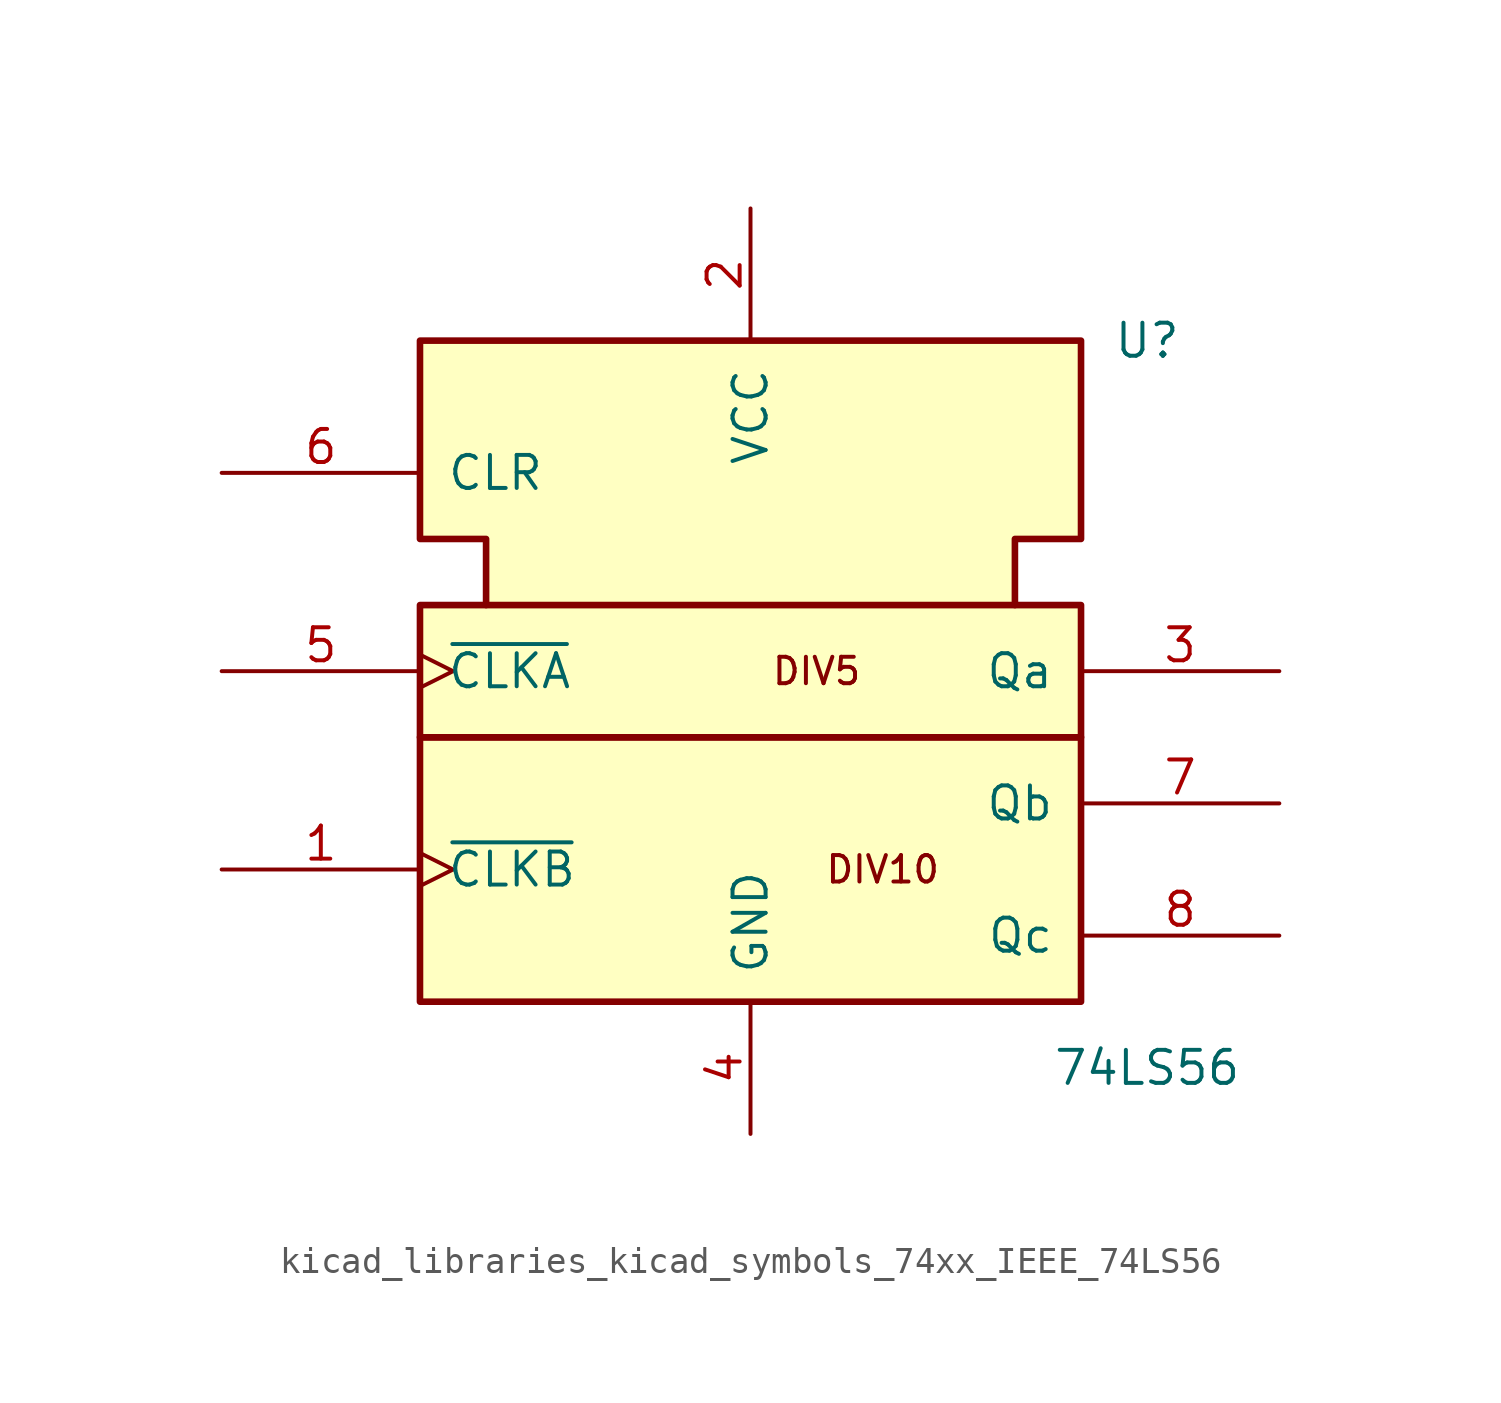
<source format=kicad_sym>
(kicad_symbol_lib
  (version 20220914)
  (generator kicad_symbol_editor)
  (symbol "kicad_libraries_kicad_symbols_74xx_IEEE_74LS56"
    (pin_names
      (offset 1.016))
    (property "Reference" "U"
      (at 15.24 12.7 0)
      (effects (font (size 1.27 1.27))))
    (property "Value" "74LS56"
      (at 15.24 -15.24 0)
      (effects (font (size 1.27 1.27))))
    (symbol "kicad_libraries_kicad_symbols_74xx_IEEE_74LS56_0_0"
      (rectangle (start -12.7 -2.54) (end 12.7 -12.7) (stroke (width 0.254) (type default)) (fill (type background)))
      (rectangle (start -12.7 2.54) (end 12.7 -2.54) (stroke (width 0.254) (type default)) (fill (type background)))
      (polyline (pts (xy -10.16 2.54) (xy -10.16 5.08) (xy -12.7 5.08) (xy -12.7 12.7) (xy 12.7 12.7) (xy 12.7 5.08) (xy 10.16 5.08) (xy 10.16 2.54) (xy 10.16 2.54)) (stroke (width 0.254) (type default)) (fill (type background)))
      (text "DIV10" (at 5.08 -7.62 0) (effects (font (size 1.016 1.016))))
      (text "DIV5" (at 2.54 0 0) (effects (font (size 1.016 1.016)))))
    (symbol "kicad_libraries_kicad_symbols_74xx_IEEE_74LS56_0_1"
      (pin power_in line (at 0 17.78 270) (length 5.08) (name "VCC" (effects (font (size 1.27 1.27)))) (number "2" (effects (font (size 1.27 1.27)))))
      (pin power_in line (at 0 -17.78 90) (length 5.08) (name "GND" (effects (font (size 1.27 1.27)))) (number "4" (effects (font (size 1.27 1.27))))))
    (symbol "kicad_libraries_kicad_symbols_74xx_IEEE_74LS56_1_1"
      (pin input clock (at -20.32 -7.62 0) (length 7.62) (name "~{CLKB}" (effects (font (size 1.27 1.27)))) (number "1" (effects (font (size 1.27 1.27)))))
      (pin output line (at 20.32 0 180) (length 7.62) (name "Qa" (effects (font (size 1.27 1.27)))) (number "3" (effects (font (size 1.27 1.27)))))
      (pin input clock (at -20.32 0 0) (length 7.62) (name "~{CLKA}" (effects (font (size 1.27 1.27)))) (number "5" (effects (font (size 1.27 1.27)))))
      (pin input line (at -20.32 7.62 0) (length 7.62) (name "CLR" (effects (font (size 1.27 1.27)))) (number "6" (effects (font (size 1.27 1.27)))))
      (pin output line (at 20.32 -5.08 180) (length 7.62) (name "Qb" (effects (font (size 1.27 1.27)))) (number "7" (effects (font (size 1.27 1.27)))))
      (pin output line (at 20.32 -10.16 180) (length 7.62) (name "Qc" (effects (font (size 1.27 1.27)))) (number "8" (effects (font (size 1.27 1.27))))))))
</source>
